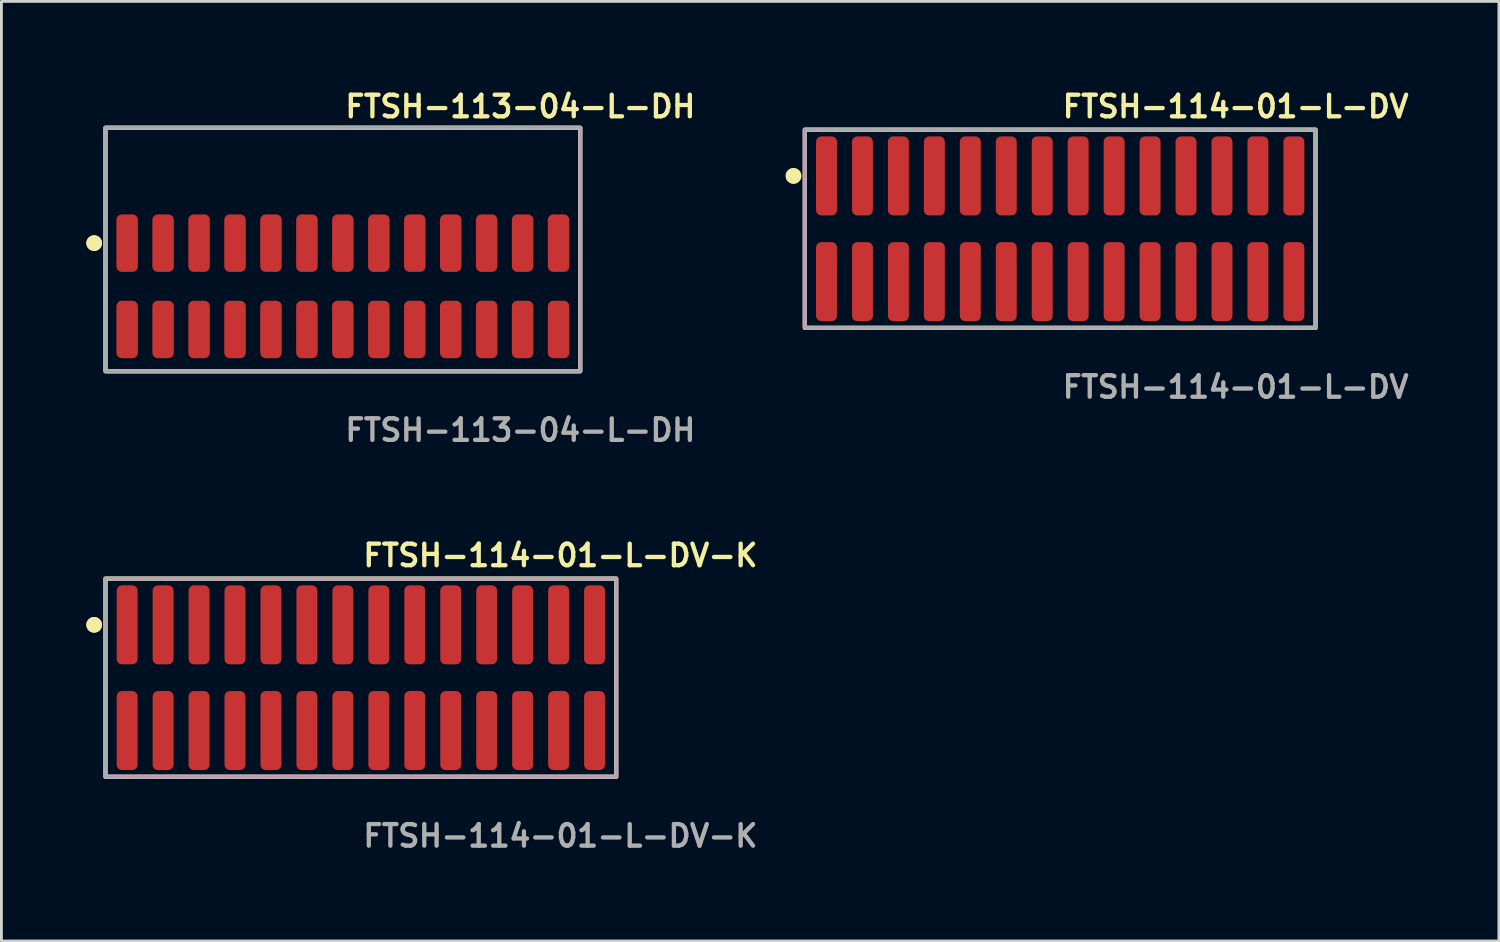
<source format=kicad_pcb>
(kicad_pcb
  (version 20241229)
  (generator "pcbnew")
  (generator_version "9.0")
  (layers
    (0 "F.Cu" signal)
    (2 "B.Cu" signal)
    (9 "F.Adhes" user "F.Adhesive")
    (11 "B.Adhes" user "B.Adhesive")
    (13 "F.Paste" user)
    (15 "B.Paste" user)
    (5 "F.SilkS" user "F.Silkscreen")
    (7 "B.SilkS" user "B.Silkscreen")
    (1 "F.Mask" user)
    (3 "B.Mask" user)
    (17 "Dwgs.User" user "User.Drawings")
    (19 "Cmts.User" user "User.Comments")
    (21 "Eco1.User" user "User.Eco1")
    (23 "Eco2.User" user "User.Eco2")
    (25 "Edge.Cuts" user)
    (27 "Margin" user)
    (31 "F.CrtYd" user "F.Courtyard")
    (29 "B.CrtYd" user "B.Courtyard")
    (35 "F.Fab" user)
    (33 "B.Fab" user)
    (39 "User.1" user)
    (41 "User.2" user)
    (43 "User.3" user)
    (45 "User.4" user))
  (footprint "FTSH-114-01-L-DV-K"
    (layer "F.Cu")
    (at 9.696 20.888)
    (property "Reference" "FTSH-114-01-L-DV-K" (at 0 -4.318 0) (unlocked yes) (layer "F.SilkS") (effects (font (size 0.762 0.762) (thickness 0.152)) (justify left)))
    (fp_rect (start -9.02 3.5) (end 9.02 -3.5) (stroke (width 0.152) (type solid)) (fill no) (layer "F.SilkS"))
    (fp_circle (center -9.42 -1.867) (end -9.62 -1.867) (stroke (width 0.152) (type solid)) (fill yes) (layer "F.SilkS"))
    (fp_circle (center -9.42 -1.867) (end -9.62 -1.867) (stroke (width 0.152) (type solid)) (fill yes) (layer "F.SilkS"))
    (fp_rect (start -9.02 3.5) (end 9.02 -3.5) (stroke (width 0.006) (type solid)) (fill no) (layer "F.CrtYd"))
    (fp_rect (start -9.02 3.5) (end 9.02 -3.5) (stroke (width 0.152) (type solid)) (fill no) (layer "F.Fab"))
    (fp_text user "${REFERENCE}" (at 0 5.588 0) (unlocked yes) (layer "F.Fab") (effects (font (size 0.762 0.762) (thickness 0.152)) (justify left)))
    (pad "1" smd roundrect (at -8.255 -1.867) (size 0.74 2.79) (layers "F.Cu" "F.Paste") (roundrect_rratio 0.25))
    (pad "2" smd roundrect (at -8.255 1.867) (size 0.74 2.79) (layers "F.Cu" "F.Paste") (roundrect_rratio 0.25))
    (pad "3" smd roundrect (at -6.985 -1.867) (size 0.74 2.79) (layers "F.Cu" "F.Paste") (roundrect_rratio 0.25))
    (pad "4" smd roundrect (at -6.985 1.867) (size 0.74 2.79) (layers "F.Cu" "F.Paste") (roundrect_rratio 0.25))
    (pad "5" smd roundrect (at -5.715 -1.867) (size 0.74 2.79) (layers "F.Cu" "F.Paste") (roundrect_rratio 0.25))
    (pad "6" smd roundrect (at -5.715 1.867) (size 0.74 2.79) (layers "F.Cu" "F.Paste") (roundrect_rratio 0.25))
    (pad "7" smd roundrect (at -4.445 -1.867) (size 0.74 2.79) (layers "F.Cu" "F.Paste") (roundrect_rratio 0.25))
    (pad "8" smd roundrect (at -4.445 1.867) (size 0.74 2.79) (layers "F.Cu" "F.Paste") (roundrect_rratio 0.25))
    (pad "9" smd roundrect (at -3.175 -1.867) (size 0.74 2.79) (layers "F.Cu" "F.Paste") (roundrect_rratio 0.25))
    (pad "10" smd roundrect (at -3.175 1.867) (size 0.74 2.79) (layers "F.Cu" "F.Paste") (roundrect_rratio 0.25))
    (pad "11" smd roundrect (at -1.905 -1.867) (size 0.74 2.79) (layers "F.Cu" "F.Paste") (roundrect_rratio 0.25))
    (pad "12" smd roundrect (at -1.905 1.867) (size 0.74 2.79) (layers "F.Cu" "F.Paste") (roundrect_rratio 0.25))
    (pad "13" smd roundrect (at -0.635 -1.867) (size 0.74 2.79) (layers "F.Cu" "F.Paste") (roundrect_rratio 0.25))
    (pad "14" smd roundrect (at -0.635 1.867) (size 0.74 2.79) (layers "F.Cu" "F.Paste") (roundrect_rratio 0.25))
    (pad "15" smd roundrect (at 0.635 -1.867) (size 0.74 2.79) (layers "F.Cu" "F.Paste") (roundrect_rratio 0.25))
    (pad "16" smd roundrect (at 0.635 1.867) (size 0.74 2.79) (layers "F.Cu" "F.Paste") (roundrect_rratio 0.25))
    (pad "17" smd roundrect (at 1.905 -1.867) (size 0.74 2.79) (layers "F.Cu" "F.Paste") (roundrect_rratio 0.25))
    (pad "18" smd roundrect (at 1.905 1.867) (size 0.74 2.79) (layers "F.Cu" "F.Paste") (roundrect_rratio 0.25))
    (pad "19" smd roundrect (at 3.175 -1.867) (size 0.74 2.79) (layers "F.Cu" "F.Paste") (roundrect_rratio 0.25))
    (pad "20" smd roundrect (at 3.175 1.867) (size 0.74 2.79) (layers "F.Cu" "F.Paste") (roundrect_rratio 0.25))
    (pad "21" smd roundrect (at 4.445 -1.867) (size 0.74 2.79) (layers "F.Cu" "F.Paste") (roundrect_rratio 0.25))
    (pad "22" smd roundrect (at 4.445 1.867) (size 0.74 2.79) (layers "F.Cu" "F.Paste") (roundrect_rratio 0.25))
    (pad "23" smd roundrect (at 5.715 -1.867) (size 0.74 2.79) (layers "F.Cu" "F.Paste") (roundrect_rratio 0.25))
    (pad "24" smd roundrect (at 5.715 1.867) (size 0.74 2.79) (layers "F.Cu" "F.Paste") (roundrect_rratio 0.25))
    (pad "25" smd roundrect (at 6.985 -1.867) (size 0.74 2.79) (layers "F.Cu" "F.Paste") (roundrect_rratio 0.25))
    (pad "26" smd roundrect (at 6.985 1.867) (size 0.74 2.79) (layers "F.Cu" "F.Paste") (roundrect_rratio 0.25))
    (pad "27" smd roundrect (at 8.255 -1.867) (size 0.74 2.79) (layers "F.Cu" "F.Paste") (roundrect_rratio 0.25))
    (pad "28" smd roundrect (at 8.255 1.867) (size 0.74 2.79) (layers "F.Cu" "F.Paste") (roundrect_rratio 0.25)))
  (footprint "FTSH-114-01-L-DV"
    (layer "F.Cu")
    (at 34.399 5.031)
    (property "Reference" "FTSH-114-01-L-DV" (at 0 -4.318 0) (unlocked yes) (layer "F.SilkS") (effects (font (size 0.762 0.762) (thickness 0.152)) (justify left)))
    (fp_rect (start -9.02 3.5) (end 9.02 -3.5) (stroke (width 0.152) (type solid)) (fill no) (layer "F.SilkS"))
    (fp_circle (center -9.42 -1.867) (end -9.62 -1.867) (stroke (width 0.152) (type solid)) (fill yes) (layer "F.SilkS"))
    (fp_circle (center -9.42 -1.867) (end -9.62 -1.867) (stroke (width 0.152) (type solid)) (fill yes) (layer "F.SilkS"))
    (fp_rect (start -9.02 3.5) (end 9.02 -3.5) (stroke (width 0.006) (type solid)) (fill no) (layer "F.CrtYd"))
    (fp_rect (start -9.02 3.5) (end 9.02 -3.5) (stroke (width 0.152) (type solid)) (fill no) (layer "F.Fab"))
    (fp_text user "${REFERENCE}" (at 0 5.588 0) (unlocked yes) (layer "F.Fab") (effects (font (size 0.762 0.762) (thickness 0.152)) (justify left)))
    (pad "1" smd roundrect (at -8.255 -1.867) (size 0.74 2.79) (layers "F.Cu" "F.Paste") (roundrect_rratio 0.25))
    (pad "2" smd roundrect (at -8.255 1.867) (size 0.74 2.79) (layers "F.Cu" "F.Paste") (roundrect_rratio 0.25))
    (pad "3" smd roundrect (at -6.985 -1.867) (size 0.74 2.79) (layers "F.Cu" "F.Paste") (roundrect_rratio 0.25))
    (pad "4" smd roundrect (at -6.985 1.867) (size 0.74 2.79) (layers "F.Cu" "F.Paste") (roundrect_rratio 0.25))
    (pad "5" smd roundrect (at -5.715 -1.867) (size 0.74 2.79) (layers "F.Cu" "F.Paste") (roundrect_rratio 0.25))
    (pad "6" smd roundrect (at -5.715 1.867) (size 0.74 2.79) (layers "F.Cu" "F.Paste") (roundrect_rratio 0.25))
    (pad "7" smd roundrect (at -4.445 -1.867) (size 0.74 2.79) (layers "F.Cu" "F.Paste") (roundrect_rratio 0.25))
    (pad "8" smd roundrect (at -4.445 1.867) (size 0.74 2.79) (layers "F.Cu" "F.Paste") (roundrect_rratio 0.25))
    (pad "9" smd roundrect (at -3.175 -1.867) (size 0.74 2.79) (layers "F.Cu" "F.Paste") (roundrect_rratio 0.25))
    (pad "10" smd roundrect (at -3.175 1.867) (size 0.74 2.79) (layers "F.Cu" "F.Paste") (roundrect_rratio 0.25))
    (pad "11" smd roundrect (at -1.905 -1.867) (size 0.74 2.79) (layers "F.Cu" "F.Paste") (roundrect_rratio 0.25))
    (pad "12" smd roundrect (at -1.905 1.867) (size 0.74 2.79) (layers "F.Cu" "F.Paste") (roundrect_rratio 0.25))
    (pad "13" smd roundrect (at -0.635 -1.867) (size 0.74 2.79) (layers "F.Cu" "F.Paste") (roundrect_rratio 0.25))
    (pad "14" smd roundrect (at -0.635 1.867) (size 0.74 2.79) (layers "F.Cu" "F.Paste") (roundrect_rratio 0.25))
    (pad "15" smd roundrect (at 0.635 -1.867) (size 0.74 2.79) (layers "F.Cu" "F.Paste") (roundrect_rratio 0.25))
    (pad "16" smd roundrect (at 0.635 1.867) (size 0.74 2.79) (layers "F.Cu" "F.Paste") (roundrect_rratio 0.25))
    (pad "17" smd roundrect (at 1.905 -1.867) (size 0.74 2.79) (layers "F.Cu" "F.Paste") (roundrect_rratio 0.25))
    (pad "18" smd roundrect (at 1.905 1.867) (size 0.74 2.79) (layers "F.Cu" "F.Paste") (roundrect_rratio 0.25))
    (pad "19" smd roundrect (at 3.175 -1.867) (size 0.74 2.79) (layers "F.Cu" "F.Paste") (roundrect_rratio 0.25))
    (pad "20" smd roundrect (at 3.175 1.867) (size 0.74 2.79) (layers "F.Cu" "F.Paste") (roundrect_rratio 0.25))
    (pad "21" smd roundrect (at 4.445 -1.867) (size 0.74 2.79) (layers "F.Cu" "F.Paste") (roundrect_rratio 0.25))
    (pad "22" smd roundrect (at 4.445 1.867) (size 0.74 2.79) (layers "F.Cu" "F.Paste") (roundrect_rratio 0.25))
    (pad "23" smd roundrect (at 5.715 -1.867) (size 0.74 2.79) (layers "F.Cu" "F.Paste") (roundrect_rratio 0.25))
    (pad "24" smd roundrect (at 5.715 1.867) (size 0.74 2.79) (layers "F.Cu" "F.Paste") (roundrect_rratio 0.25))
    (pad "25" smd roundrect (at 6.985 -1.867) (size 0.74 2.79) (layers "F.Cu" "F.Paste") (roundrect_rratio 0.25))
    (pad "26" smd roundrect (at 6.985 1.867) (size 0.74 2.79) (layers "F.Cu" "F.Paste") (roundrect_rratio 0.25))
    (pad "27" smd roundrect (at 8.255 -1.867) (size 0.74 2.79) (layers "F.Cu" "F.Paste") (roundrect_rratio 0.25))
    (pad "28" smd roundrect (at 8.255 1.867) (size 0.74 2.79) (layers "F.Cu" "F.Paste") (roundrect_rratio 0.25)))
  (footprint "FTSH-113-04-L-DH"
    (layer "F.Cu")
    (at 9.061 7.063)
    (property "Reference" "FTSH-113-04-L-DH" (at 0 -6.35 0) (unlocked yes) (layer "F.SilkS") (effects (font (size 0.762 0.762) (thickness 0.152)) (justify left)))
    (fp_rect (start -8.385 3) (end 8.385 -5.6) (stroke (width 0.152) (type solid)) (fill no) (layer "F.SilkS"))
    (fp_circle (center -8.785 -1.525) (end -8.985 -1.525) (stroke (width 0.152) (type solid)) (fill yes) (layer "F.SilkS"))
    (fp_circle (center -8.785 -1.525) (end -8.985 -1.525) (stroke (width 0.152) (type solid)) (fill yes) (layer "F.SilkS"))
    (fp_rect (start -8.385 3) (end 8.385 -5.6) (stroke (width 0.006) (type solid)) (fill no) (layer "F.CrtYd"))
    (fp_rect (start -8.385 3) (end 8.385 -5.6) (stroke (width 0.152) (type solid)) (fill no) (layer "F.Fab"))
    (fp_text user "${REFERENCE}" (at 0 5.08 0) (unlocked yes) (layer "F.Fab") (effects (font (size 0.762 0.762) (thickness 0.152)) (justify left)))
    (pad "1" smd roundrect (at -7.62 -1.525) (size 0.76 2.03) (layers "F.Cu" "F.Paste") (roundrect_rratio 0.25))
    (pad "2" smd roundrect (at -7.62 1.525) (size 0.76 2.03) (layers "F.Cu" "F.Paste") (roundrect_rratio 0.25))
    (pad "3" smd roundrect (at -6.35 -1.525) (size 0.76 2.03) (layers "F.Cu" "F.Paste") (roundrect_rratio 0.25))
    (pad "4" smd roundrect (at -6.35 1.525) (size 0.76 2.03) (layers "F.Cu" "F.Paste") (roundrect_rratio 0.25))
    (pad "5" smd roundrect (at -5.08 -1.525) (size 0.76 2.03) (layers "F.Cu" "F.Paste") (roundrect_rratio 0.25))
    (pad "6" smd roundrect (at -5.08 1.525) (size 0.76 2.03) (layers "F.Cu" "F.Paste") (roundrect_rratio 0.25))
    (pad "7" smd roundrect (at -3.81 -1.525) (size 0.76 2.03) (layers "F.Cu" "F.Paste") (roundrect_rratio 0.25))
    (pad "8" smd roundrect (at -3.81 1.525) (size 0.76 2.03) (layers "F.Cu" "F.Paste") (roundrect_rratio 0.25))
    (pad "9" smd roundrect (at -2.54 -1.525) (size 0.76 2.03) (layers "F.Cu" "F.Paste") (roundrect_rratio 0.25))
    (pad "10" smd roundrect (at -2.54 1.525) (size 0.76 2.03) (layers "F.Cu" "F.Paste") (roundrect_rratio 0.25))
    (pad "11" smd roundrect (at -1.27 -1.525) (size 0.76 2.03) (layers "F.Cu" "F.Paste") (roundrect_rratio 0.25))
    (pad "12" smd roundrect (at -1.27 1.525) (size 0.76 2.03) (layers "F.Cu" "F.Paste") (roundrect_rratio 0.25))
    (pad "13" smd roundrect (at 0 -1.525) (size 0.76 2.03) (layers "F.Cu" "F.Paste") (roundrect_rratio 0.25))
    (pad "14" smd roundrect (at 0 1.525) (size 0.76 2.03) (layers "F.Cu" "F.Paste") (roundrect_rratio 0.25))
    (pad "15" smd roundrect (at 1.27 -1.525) (size 0.76 2.03) (layers "F.Cu" "F.Paste") (roundrect_rratio 0.25))
    (pad "16" smd roundrect (at 1.27 1.525) (size 0.76 2.03) (layers "F.Cu" "F.Paste") (roundrect_rratio 0.25))
    (pad "17" smd roundrect (at 2.54 -1.525) (size 0.76 2.03) (layers "F.Cu" "F.Paste") (roundrect_rratio 0.25))
    (pad "18" smd roundrect (at 2.54 1.525) (size 0.76 2.03) (layers "F.Cu" "F.Paste") (roundrect_rratio 0.25))
    (pad "19" smd roundrect (at 3.81 -1.525) (size 0.76 2.03) (layers "F.Cu" "F.Paste") (roundrect_rratio 0.25))
    (pad "20" smd roundrect (at 3.81 1.525) (size 0.76 2.03) (layers "F.Cu" "F.Paste") (roundrect_rratio 0.25))
    (pad "21" smd roundrect (at 5.08 -1.525) (size 0.76 2.03) (layers "F.Cu" "F.Paste") (roundrect_rratio 0.25))
    (pad "22" smd roundrect (at 5.08 1.525) (size 0.76 2.03) (layers "F.Cu" "F.Paste") (roundrect_rratio 0.25))
    (pad "23" smd roundrect (at 6.35 -1.525) (size 0.76 2.03) (layers "F.Cu" "F.Paste") (roundrect_rratio 0.25))
    (pad "24" smd roundrect (at 6.35 1.525) (size 0.76 2.03) (layers "F.Cu" "F.Paste") (roundrect_rratio 0.25))
    (pad "25" smd roundrect (at 7.62 -1.525) (size 0.76 2.03) (layers "F.Cu" "F.Paste") (roundrect_rratio 0.25))
    (pad "26" smd roundrect (at 7.62 1.525) (size 0.76 2.03) (layers "F.Cu" "F.Paste") (roundrect_rratio 0.25)))
  (gr_rect
    (start -3 -3)
    (end 49.896 30.189)
    (stroke (width 0.1) (type default))
    (fill no)
    (layer "Edge.Cuts")))
</source>
